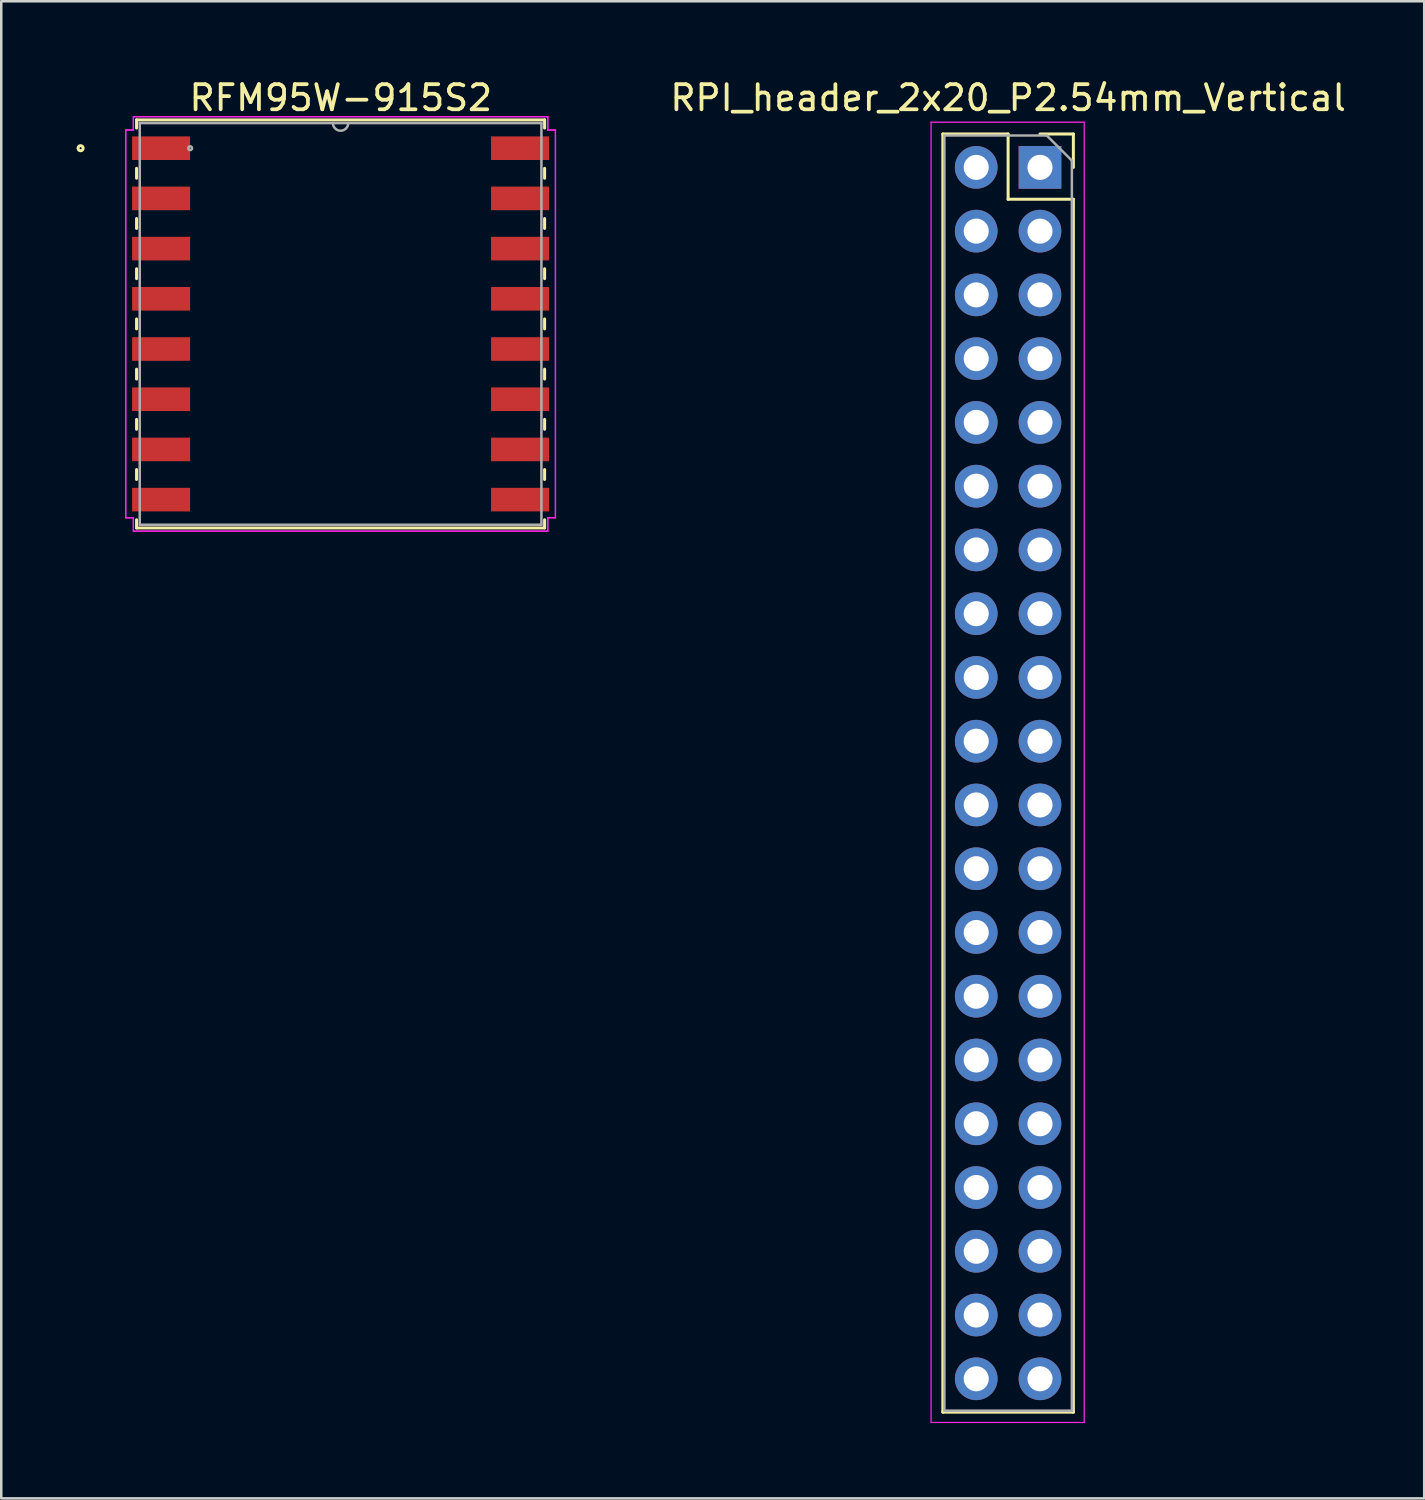
<source format=kicad_pcb>
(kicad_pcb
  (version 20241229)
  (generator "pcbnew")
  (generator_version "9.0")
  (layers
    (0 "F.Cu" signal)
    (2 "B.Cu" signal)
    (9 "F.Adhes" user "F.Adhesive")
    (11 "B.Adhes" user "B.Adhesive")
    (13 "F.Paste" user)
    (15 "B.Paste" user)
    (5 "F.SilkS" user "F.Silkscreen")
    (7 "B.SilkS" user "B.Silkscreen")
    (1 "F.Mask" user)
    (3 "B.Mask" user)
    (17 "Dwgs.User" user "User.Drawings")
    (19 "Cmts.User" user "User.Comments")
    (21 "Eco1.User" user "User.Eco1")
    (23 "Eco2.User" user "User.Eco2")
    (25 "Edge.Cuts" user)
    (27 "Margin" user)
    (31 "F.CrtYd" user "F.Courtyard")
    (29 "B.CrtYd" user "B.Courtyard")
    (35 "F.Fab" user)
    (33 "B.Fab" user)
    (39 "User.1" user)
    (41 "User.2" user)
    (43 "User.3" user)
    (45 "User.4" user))
  (footprint "RFM95W-915S2"
    (layer "F.Cu")
    (at 10.518 9.854)
    (property "Reference" "RFM95W-915S2" (at 0.009 -9.006 0) (layer "F.SilkS") (effects (font (size 1 1) (thickness 0.15))))
    (attr through_hole)
    (fp_line (start -8.128 -8.128) (end -8.128 -7.803) (stroke (width 0.12) (type solid)) (layer "F.SilkS"))
    (fp_line (start -8.128 -6.197) (end -8.128 -5.803) (stroke (width 0.12) (type solid)) (layer "F.SilkS"))
    (fp_line (start -8.128 -4.197) (end -8.128 -3.803) (stroke (width 0.12) (type solid)) (layer "F.SilkS"))
    (fp_line (start -8.128 -2.197) (end -8.128 -1.803) (stroke (width 0.12) (type solid)) (layer "F.SilkS"))
    (fp_line (start -8.128 -0.197) (end -8.128 0.197) (stroke (width 0.12) (type solid)) (layer "F.SilkS"))
    (fp_line (start -8.128 1.803) (end -8.128 2.197) (stroke (width 0.12) (type solid)) (layer "F.SilkS"))
    (fp_line (start -8.128 3.803) (end -8.128 4.197) (stroke (width 0.12) (type solid)) (layer "F.SilkS"))
    (fp_line (start -8.128 5.803) (end -8.128 6.197) (stroke (width 0.12) (type solid)) (layer "F.SilkS"))
    (fp_line (start -8.128 7.803) (end -8.128 8.128) (stroke (width 0.12) (type solid)) (layer "F.SilkS"))
    (fp_line (start -8.128 8.128) (end 8.128 8.128) (stroke (width 0.12) (type solid)) (layer "F.SilkS"))
    (fp_line (start 8.128 -8.128) (end -8.128 -8.128) (stroke (width 0.12) (type solid)) (layer "F.SilkS"))
    (fp_line (start 8.128 -7.803) (end 8.128 -8.128) (stroke (width 0.12) (type solid)) (layer "F.SilkS"))
    (fp_line (start 8.128 -5.803) (end 8.128 -6.197) (stroke (width 0.12) (type solid)) (layer "F.SilkS"))
    (fp_line (start 8.128 -3.803) (end 8.128 -4.197) (stroke (width 0.12) (type solid)) (layer "F.SilkS"))
    (fp_line (start 8.128 -1.803) (end 8.128 -2.197) (stroke (width 0.12) (type solid)) (layer "F.SilkS"))
    (fp_line (start 8.128 0.197) (end 8.128 -0.197) (stroke (width 0.12) (type solid)) (layer "F.SilkS"))
    (fp_line (start 8.128 2.197) (end 8.128 1.803) (stroke (width 0.12) (type solid)) (layer "F.SilkS"))
    (fp_line (start 8.128 4.197) (end 8.128 3.803) (stroke (width 0.12) (type solid)) (layer "F.SilkS"))
    (fp_line (start 8.128 6.197) (end 8.128 5.803) (stroke (width 0.12) (type solid)) (layer "F.SilkS"))
    (fp_line (start 8.128 8.128) (end 8.128 7.803) (stroke (width 0.12) (type solid)) (layer "F.SilkS"))
    (fp_circle (center -10.357 -7) (end -10.255 -7) (stroke (width 0.12) (type solid)) (fill no) (layer "F.SilkS"))
    (fp_line (start -8.56 -7.724) (end -8.255 -7.724) (stroke (width 0.05) (type solid)) (layer "F.CrtYd"))
    (fp_line (start -8.56 -7.724) (end -8.255 -7.724) (stroke (width 0.05) (type solid)) (layer "F.CrtYd"))
    (fp_line (start -8.56 7.724) (end -8.56 -7.724) (stroke (width 0.05) (type solid)) (layer "F.CrtYd"))
    (fp_line (start -8.56 7.724) (end -8.56 -7.724) (stroke (width 0.05) (type solid)) (layer "F.CrtYd"))
    (fp_line (start -8.56 7.724) (end -8.255 7.724) (stroke (width 0.05) (type solid)) (layer "F.CrtYd"))
    (fp_line (start -8.255 -8.255) (end 8.255 -8.255) (stroke (width 0.05) (type solid)) (layer "F.CrtYd"))
    (fp_line (start -8.255 -8.255) (end 8.255 -8.255) (stroke (width 0.05) (type solid)) (layer "F.CrtYd"))
    (fp_line (start -8.255 -7.724) (end -8.255 -8.255) (stroke (width 0.05) (type solid)) (layer "F.CrtYd"))
    (fp_line (start -8.255 -7.724) (end -8.255 -8.255) (stroke (width 0.05) (type solid)) (layer "F.CrtYd"))
    (fp_line (start -8.255 7.724) (end -8.56 7.724) (stroke (width 0.05) (type solid)) (layer "F.CrtYd"))
    (fp_line (start -8.255 8.255) (end -8.255 7.724) (stroke (width 0.05) (type solid)) (layer "F.CrtYd"))
    (fp_line (start -8.255 8.255) (end -8.255 7.724) (stroke (width 0.05) (type solid)) (layer "F.CrtYd"))
    (fp_line (start 8.255 -8.255) (end 8.255 -7.724) (stroke (width 0.05) (type solid)) (layer "F.CrtYd"))
    (fp_line (start 8.255 -8.255) (end 8.255 -7.724) (stroke (width 0.05) (type solid)) (layer "F.CrtYd"))
    (fp_line (start 8.255 -7.724) (end 8.56 -7.724) (stroke (width 0.05) (type solid)) (layer "F.CrtYd"))
    (fp_line (start 8.255 7.724) (end 8.255 8.255) (stroke (width 0.05) (type solid)) (layer "F.CrtYd"))
    (fp_line (start 8.255 7.724) (end 8.255 8.255) (stroke (width 0.05) (type solid)) (layer "F.CrtYd"))
    (fp_line (start 8.255 8.255) (end -8.255 8.255) (stroke (width 0.05) (type solid)) (layer "F.CrtYd"))
    (fp_line (start 8.255 8.255) (end -8.255 8.255) (stroke (width 0.05) (type solid)) (layer "F.CrtYd"))
    (fp_line (start 8.56 -7.724) (end 8.255 -7.724) (stroke (width 0.05) (type solid)) (layer "F.CrtYd"))
    (fp_line (start 8.56 -7.724) (end 8.56 7.724) (stroke (width 0.05) (type solid)) (layer "F.CrtYd"))
    (fp_line (start 8.56 -7.724) (end 8.56 7.724) (stroke (width 0.05) (type solid)) (layer "F.CrtYd"))
    (fp_line (start 8.56 7.724) (end 8.255 7.724) (stroke (width 0.05) (type solid)) (layer "F.CrtYd"))
    (fp_line (start 8.56 7.724) (end 8.255 7.724) (stroke (width 0.05) (type solid)) (layer "F.CrtYd"))
    (fp_line (start -8.001 -8.001) (end -8.001 8.001) (stroke (width 0.1) (type solid)) (layer "F.Fab"))
    (fp_line (start -8.001 8.001) (end 8.001 8.001) (stroke (width 0.1) (type solid)) (layer "F.Fab"))
    (fp_line (start 8.001 -8.001) (end -8.001 -8.001) (stroke (width 0.1) (type solid)) (layer "F.Fab"))
    (fp_line (start 8.001 8.001) (end 8.001 -8.001) (stroke (width 0.1) (type solid)) (layer "F.Fab"))
    (fp_arc (start 0.3048 -8.001) (mid 0 -7.6962) (end -0.3048 -8.001) (stroke (width 0.1) (type solid)) (layer "F.Fab"))
    (fp_circle (center -5.994 -7) (end -5.918 -7) (stroke (width 0.1) (type solid)) (fill no) (layer "F.Fab"))
    (fp_text user "IC16_RFM95W-915S2_RFS" (at 0.009 10.558 0) (layer "User.3") (effects (font (size 1 1) (thickness 0.15))))
    (pad "1" smd rect (at -7.15 -7) (size 2.311 0.94) (layers "F.Cu" "F.Mask" "F.Paste"))
    (pad "2" smd rect (at -7.15 -5) (size 2.311 0.94) (layers "F.Cu" "F.Mask" "F.Paste"))
    (pad "3" smd rect (at -7.15 -3) (size 2.311 0.94) (layers "F.Cu" "F.Mask" "F.Paste"))
    (pad "4" smd rect (at -7.15 -1) (size 2.311 0.94) (layers "F.Cu" "F.Mask" "F.Paste"))
    (pad "5" smd rect (at -7.15 1) (size 2.311 0.94) (layers "F.Cu" "F.Mask" "F.Paste"))
    (pad "6" smd rect (at -7.15 3) (size 2.311 0.94) (layers "F.Cu" "F.Mask" "F.Paste"))
    (pad "7" smd rect (at -7.15 5) (size 2.311 0.94) (layers "F.Cu" "F.Mask" "F.Paste"))
    (pad "8" smd rect (at -7.15 7) (size 2.311 0.94) (layers "F.Cu" "F.Mask" "F.Paste"))
    (pad "9" smd rect (at 7.15 7) (size 2.311 0.94) (layers "F.Cu" "F.Mask" "F.Paste"))
    (pad "10" smd rect (at 7.15 5) (size 2.311 0.94) (layers "F.Cu" "F.Mask" "F.Paste"))
    (pad "11" smd rect (at 7.15 3) (size 2.311 0.94) (layers "F.Cu" "F.Mask" "F.Paste"))
    (pad "12" smd rect (at 7.15 1) (size 2.311 0.94) (layers "F.Cu" "F.Mask" "F.Paste"))
    (pad "13" smd rect (at 7.15 -1) (size 2.311 0.94) (layers "F.Cu" "F.Mask" "F.Paste"))
    (pad "14" smd rect (at 7.15 -3) (size 2.311 0.94) (layers "F.Cu" "F.Mask" "F.Paste"))
    (pad "15" smd rect (at 7.15 -5) (size 2.311 0.94) (layers "F.Cu" "F.Mask" "F.Paste"))
    (pad "16" smd rect (at 7.15 -7) (size 2.311 0.94) (layers "F.Cu" "F.Mask" "F.Paste")))
  (footprint "RPI_header_2x20_P2.54mm_Vertical"
    (layer "F.Cu")
    (at 38.381 29.018)
    (property "Reference" "RPI_header_2x20_P2.54mm_Vertical" (at -1.27 -28.17 0) (layer "F.SilkS") (effects (font (size 1 1) (thickness 0.15))))
    (attr through_hole)
    (fp_line (start -3.87 -26.73) (end -3.87 24.19) (stroke (width 0.12) (type solid)) (layer "F.SilkS"))
    (fp_line (start -3.87 -26.73) (end -1.27 -26.73) (stroke (width 0.12) (type solid)) (layer "F.SilkS"))
    (fp_line (start -3.87 24.19) (end 1.33 24.19) (stroke (width 0.12) (type solid)) (layer "F.SilkS"))
    (fp_line (start -1.27 -26.73) (end -1.27 -24.13) (stroke (width 0.12) (type solid)) (layer "F.SilkS"))
    (fp_line (start -1.27 -24.13) (end 1.33 -24.13) (stroke (width 0.12) (type solid)) (layer "F.SilkS"))
    (fp_line (start 0 -26.73) (end 1.33 -26.73) (stroke (width 0.12) (type solid)) (layer "F.SilkS"))
    (fp_line (start 1.33 -26.73) (end 1.33 -25.4) (stroke (width 0.12) (type solid)) (layer "F.SilkS"))
    (fp_line (start 1.33 -24.13) (end 1.33 24.19) (stroke (width 0.12) (type solid)) (layer "F.SilkS"))
    (fp_line (start -4.34 -27.2) (end 1.76 -27.2) (stroke (width 0.05) (type solid)) (layer "F.CrtYd"))
    (fp_line (start -4.34 24.6) (end -4.34 -27.2) (stroke (width 0.05) (type solid)) (layer "F.CrtYd"))
    (fp_line (start 1.76 -27.2) (end 1.76 24.6) (stroke (width 0.05) (type solid)) (layer "F.CrtYd"))
    (fp_line (start 1.76 24.6) (end -4.34 24.6) (stroke (width 0.05) (type solid)) (layer "F.CrtYd"))
    (fp_line (start -3.81 -26.67) (end 0.27 -26.67) (stroke (width 0.1) (type solid)) (layer "F.Fab"))
    (fp_line (start -3.81 24.13) (end -3.81 -26.67) (stroke (width 0.1) (type solid)) (layer "F.Fab"))
    (fp_line (start 0.27 -26.67) (end 1.27 -25.67) (stroke (width 0.1) (type solid)) (layer "F.Fab"))
    (fp_line (start 1.27 -25.67) (end 1.27 24.13) (stroke (width 0.1) (type solid)) (layer "F.Fab"))
    (fp_line (start 1.27 24.13) (end -3.81 24.13) (stroke (width 0.1) (type solid)) (layer "F.Fab"))
    (pad "1" thru_hole rect (at 0 -25.4) (size 1.7 1.7) (drill 1) (layers "*.Cu" "*.Mask"))
    (pad "2" thru_hole oval (at -2.54 -25.4) (size 1.7 1.7) (drill 1) (layers "*.Cu" "*.Mask"))
    (pad "3" thru_hole oval (at 0 -22.86) (size 1.7 1.7) (drill 1) (layers "*.Cu" "*.Mask"))
    (pad "4" thru_hole oval (at -2.54 -22.86) (size 1.7 1.7) (drill 1) (layers "*.Cu" "*.Mask"))
    (pad "5" thru_hole oval (at 0 -20.32) (size 1.7 1.7) (drill 1) (layers "*.Cu" "*.Mask"))
    (pad "6" thru_hole oval (at -2.54 -20.32) (size 1.7 1.7) (drill 1) (layers "*.Cu" "*.Mask"))
    (pad "7" thru_hole oval (at 0 -17.78) (size 1.7 1.7) (drill 1) (layers "*.Cu" "*.Mask"))
    (pad "8" thru_hole oval (at -2.54 -17.78) (size 1.7 1.7) (drill 1) (layers "*.Cu" "*.Mask"))
    (pad "9" thru_hole oval (at 0 -15.24) (size 1.7 1.7) (drill 1) (layers "*.Cu" "*.Mask"))
    (pad "10" thru_hole oval (at -2.54 -15.24) (size 1.7 1.7) (drill 1) (layers "*.Cu" "*.Mask"))
    (pad "11" thru_hole oval (at 0 -12.7) (size 1.7 1.7) (drill 1) (layers "*.Cu" "*.Mask"))
    (pad "12" thru_hole oval (at -2.54 -12.7) (size 1.7 1.7) (drill 1) (layers "*.Cu" "*.Mask"))
    (pad "13" thru_hole oval (at 0 -10.16) (size 1.7 1.7) (drill 1) (layers "*.Cu" "*.Mask"))
    (pad "14" thru_hole oval (at -2.54 -10.16) (size 1.7 1.7) (drill 1) (layers "*.Cu" "*.Mask"))
    (pad "15" thru_hole oval (at 0 -7.62) (size 1.7 1.7) (drill 1) (layers "*.Cu" "*.Mask"))
    (pad "16" thru_hole oval (at -2.54 -7.62) (size 1.7 1.7) (drill 1) (layers "*.Cu" "*.Mask"))
    (pad "17" thru_hole oval (at 0 -5.08) (size 1.7 1.7) (drill 1) (layers "*.Cu" "*.Mask"))
    (pad "18" thru_hole oval (at -2.54 -5.08) (size 1.7 1.7) (drill 1) (layers "*.Cu" "*.Mask"))
    (pad "19" thru_hole oval (at 0 -2.54) (size 1.7 1.7) (drill 1) (layers "*.Cu" "*.Mask"))
    (pad "20" thru_hole oval (at -2.54 -2.54) (size 1.7 1.7) (drill 1) (layers "*.Cu" "*.Mask"))
    (pad "21" thru_hole oval (at 0 0) (size 1.7 1.7) (drill 1) (layers "*.Cu" "*.Mask"))
    (pad "22" thru_hole oval (at -2.54 0) (size 1.7 1.7) (drill 1) (layers "*.Cu" "*.Mask"))
    (pad "23" thru_hole oval (at 0 2.54) (size 1.7 1.7) (drill 1) (layers "*.Cu" "*.Mask"))
    (pad "24" thru_hole oval (at -2.54 2.54) (size 1.7 1.7) (drill 1) (layers "*.Cu" "*.Mask"))
    (pad "25" thru_hole oval (at 0 5.08) (size 1.7 1.7) (drill 1) (layers "*.Cu" "*.Mask"))
    (pad "26" thru_hole oval (at -2.54 5.08) (size 1.7 1.7) (drill 1) (layers "*.Cu" "*.Mask"))
    (pad "27" thru_hole oval (at 0 7.62) (size 1.7 1.7) (drill 1) (layers "*.Cu" "*.Mask"))
    (pad "28" thru_hole oval (at -2.54 7.62) (size 1.7 1.7) (drill 1) (layers "*.Cu" "*.Mask"))
    (pad "29" thru_hole oval (at 0 10.16) (size 1.7 1.7) (drill 1) (layers "*.Cu" "*.Mask"))
    (pad "30" thru_hole oval (at -2.54 10.16) (size 1.7 1.7) (drill 1) (layers "*.Cu" "*.Mask"))
    (pad "31" thru_hole oval (at 0 12.7) (size 1.7 1.7) (drill 1) (layers "*.Cu" "*.Mask"))
    (pad "32" thru_hole oval (at -2.54 12.7) (size 1.7 1.7) (drill 1) (layers "*.Cu" "*.Mask"))
    (pad "33" thru_hole oval (at 0 15.24) (size 1.7 1.7) (drill 1) (layers "*.Cu" "*.Mask"))
    (pad "34" thru_hole oval (at -2.54 15.24) (size 1.7 1.7) (drill 1) (layers "*.Cu" "*.Mask"))
    (pad "35" thru_hole oval (at 0 17.78) (size 1.7 1.7) (drill 1) (layers "*.Cu" "*.Mask"))
    (pad "36" thru_hole oval (at -2.54 17.78) (size 1.7 1.7) (drill 1) (layers "*.Cu" "*.Mask"))
    (pad "37" thru_hole oval (at 0 20.32) (size 1.7 1.7) (drill 1) (layers "*.Cu" "*.Mask"))
    (pad "38" thru_hole oval (at -2.54 20.32) (size 1.7 1.7) (drill 1) (layers "*.Cu" "*.Mask"))
    (pad "39" thru_hole oval (at 0 22.86) (size 1.7 1.7) (drill 1) (layers "*.Cu" "*.Mask"))
    (pad "40" thru_hole oval (at -2.54 22.86) (size 1.7 1.7) (drill 1) (layers "*.Cu" "*.Mask")))
  (gr_rect
    (start -3 -3)
    (end 53.688 56.643)
    (stroke (width 0.1) (type default))
    (fill no)
    (layer "Edge.Cuts")))
</source>
